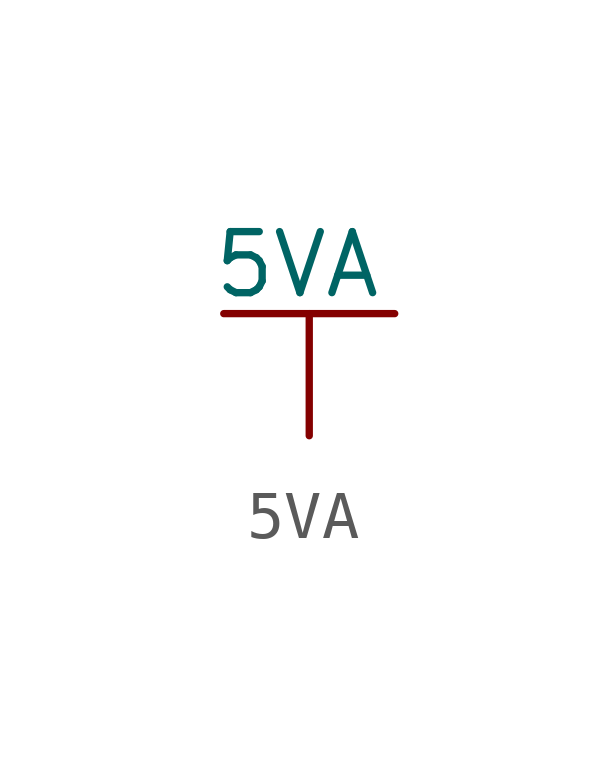
<source format=kicad_sym>
(kicad_symbol_lib
  (version 20231120)
  (generator "kicad_symbol_editor")
  (generator_version "8.0")
  (symbol "5VA"
    (power)
    (pin_numbers hide)
    (pin_names
      (offset 0) hide)
    (property "Reference" "#PWR"
      (at 0 -3.81 0)
      (effects (font (size 1.27 1.27)) (hide yes)))
    (property "Value" "5VA"
      (at -0.254 3.556 0)
      (effects (font (size 1.27 1.27))))
    (property "Footprint" ""
      (at 0 0 0)
      (effects (font (size 1.524 1.524))))
    (property "Datasheet" ""
      (at 0 0 0)
      (effects (font (size 1.524 1.524))))
    (symbol "5VA_0_1"
      (polyline (pts (xy -1.778 2.54) (xy 0 2.54)) (stroke (width 0) (type default)) (fill (type none)))
      (polyline (pts (xy 0 0) (xy 0 2.54)) (stroke (width 0) (type default)) (fill (type none)))
      (polyline (pts (xy 0 2.54) (xy 1.778 2.54)) (stroke (width 0) (type default)) (fill (type none))))
    (symbol "5VA_1_1"
      (pin power_in line (at 0 0 90) (length 0) hide (name "5VA" (effects (font (size 1.27 1.27)))) (number "1" (effects (font (size 1.27 1.27))))))))
</source>
